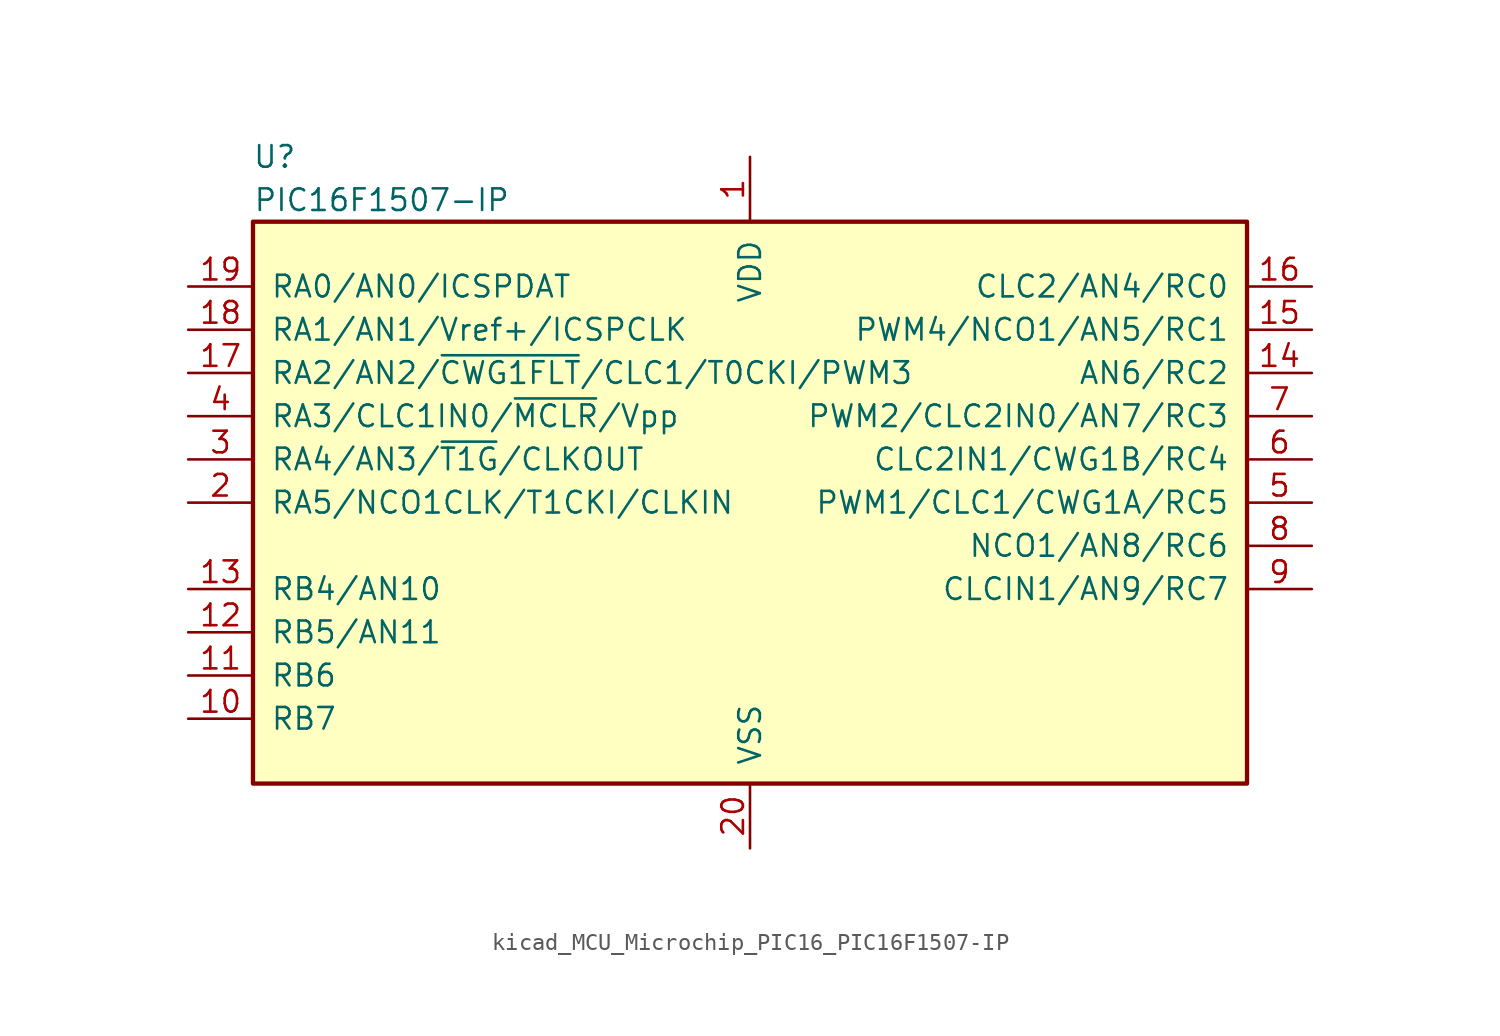
<source format=kicad_sym>
(kicad_symbol_lib
  (version 20220914)
  (generator kicad_symbol_editor)
  (symbol "kicad_MCU_Microchip_PIC16_PIC16F1507-IP"
    (pin_names
      (offset 1.016))
    (property "Reference" "U"
      (at -27.94 20.32 0)
      (effects (font (size 1.27 1.27))))
    (property "Value" "PIC16F1507-IP"
      (at -29.21 17.78 0)
      (effects (font (size 1.27 1.27)) (justify left)))
    (symbol "kicad_MCU_Microchip_PIC16_PIC16F1507-IP_0_1"
      (rectangle (start -29.21 16.51) (end 29.21 -16.51) (stroke (width 0.254) (type default)) (fill (type background))))
    (symbol "kicad_MCU_Microchip_PIC16_PIC16F1507-IP_1_1"
      (pin power_in line (at 0 20.32 270) (length 3.81) (name "VDD" (effects (font (size 1.27 1.27)))) (number "1" (effects (font (size 1.27 1.27)))))
      (pin bidirectional line (at -33.02 -12.7 0) (length 3.81) (name "RB7" (effects (font (size 1.27 1.27)))) (number "10" (effects (font (size 1.27 1.27)))))
      (pin bidirectional line (at -33.02 -10.16 0) (length 3.81) (name "RB6" (effects (font (size 1.27 1.27)))) (number "11" (effects (font (size 1.27 1.27)))))
      (pin bidirectional line (at -33.02 -7.62 0) (length 3.81) (name "RB5/AN11" (effects (font (size 1.27 1.27)))) (number "12" (effects (font (size 1.27 1.27)))))
      (pin bidirectional line (at -33.02 -5.08 0) (length 3.81) (name "RB4/AN10" (effects (font (size 1.27 1.27)))) (number "13" (effects (font (size 1.27 1.27)))))
      (pin bidirectional line (at 33.02 7.62 180) (length 3.81) (name "AN6/RC2" (effects (font (size 1.27 1.27)))) (number "14" (effects (font (size 1.27 1.27)))))
      (pin bidirectional line (at 33.02 10.16 180) (length 3.81) (name "PWM4/NCO1/AN5/RC1" (effects (font (size 1.27 1.27)))) (number "15" (effects (font (size 1.27 1.27)))))
      (pin bidirectional line (at 33.02 12.7 180) (length 3.81) (name "CLC2/AN4/RC0" (effects (font (size 1.27 1.27)))) (number "16" (effects (font (size 1.27 1.27)))))
      (pin bidirectional line (at -33.02 7.62 0) (length 3.81) (name "RA2/AN2/~{CWG1FLT}/CLC1/T0CKI/PWM3" (effects (font (size 1.27 1.27)))) (number "17" (effects (font (size 1.27 1.27)))))
      (pin bidirectional line (at -33.02 10.16 0) (length 3.81) (name "RA1/AN1/Vref+/ICSPCLK" (effects (font (size 1.27 1.27)))) (number "18" (effects (font (size 1.27 1.27)))))
      (pin bidirectional line (at -33.02 12.7 0) (length 3.81) (name "RA0/AN0/ICSPDAT" (effects (font (size 1.27 1.27)))) (number "19" (effects (font (size 1.27 1.27)))))
      (pin bidirectional line (at -33.02 0 0) (length 3.81) (name "RA5/NCO1CLK/T1CKI/CLKIN" (effects (font (size 1.27 1.27)))) (number "2" (effects (font (size 1.27 1.27)))))
      (pin power_in line (at 0 -20.32 90) (length 3.81) (name "VSS" (effects (font (size 1.27 1.27)))) (number "20" (effects (font (size 1.27 1.27)))))
      (pin bidirectional line (at -33.02 2.54 0) (length 3.81) (name "RA4/AN3/~{T1G}/CLKOUT" (effects (font (size 1.27 1.27)))) (number "3" (effects (font (size 1.27 1.27)))))
      (pin input line (at -33.02 5.08 0) (length 3.81) (name "RA3/CLC1IN0/~{MCLR}/Vpp" (effects (font (size 1.27 1.27)))) (number "4" (effects (font (size 1.27 1.27)))))
      (pin bidirectional line (at 33.02 0 180) (length 3.81) (name "PWM1/CLC1/CWG1A/RC5" (effects (font (size 1.27 1.27)))) (number "5" (effects (font (size 1.27 1.27)))))
      (pin bidirectional line (at 33.02 2.54 180) (length 3.81) (name "CLC2IN1/CWG1B/RC4" (effects (font (size 1.27 1.27)))) (number "6" (effects (font (size 1.27 1.27)))))
      (pin bidirectional line (at 33.02 5.08 180) (length 3.81) (name "PWM2/CLC2IN0/AN7/RC3" (effects (font (size 1.27 1.27)))) (number "7" (effects (font (size 1.27 1.27)))))
      (pin bidirectional line (at 33.02 -2.54 180) (length 3.81) (name "NCO1/AN8/RC6" (effects (font (size 1.27 1.27)))) (number "8" (effects (font (size 1.27 1.27)))))
      (pin bidirectional line (at 33.02 -5.08 180) (length 3.81) (name "CLCIN1/AN9/RC7" (effects (font (size 1.27 1.27)))) (number "9" (effects (font (size 1.27 1.27))))))))
</source>
